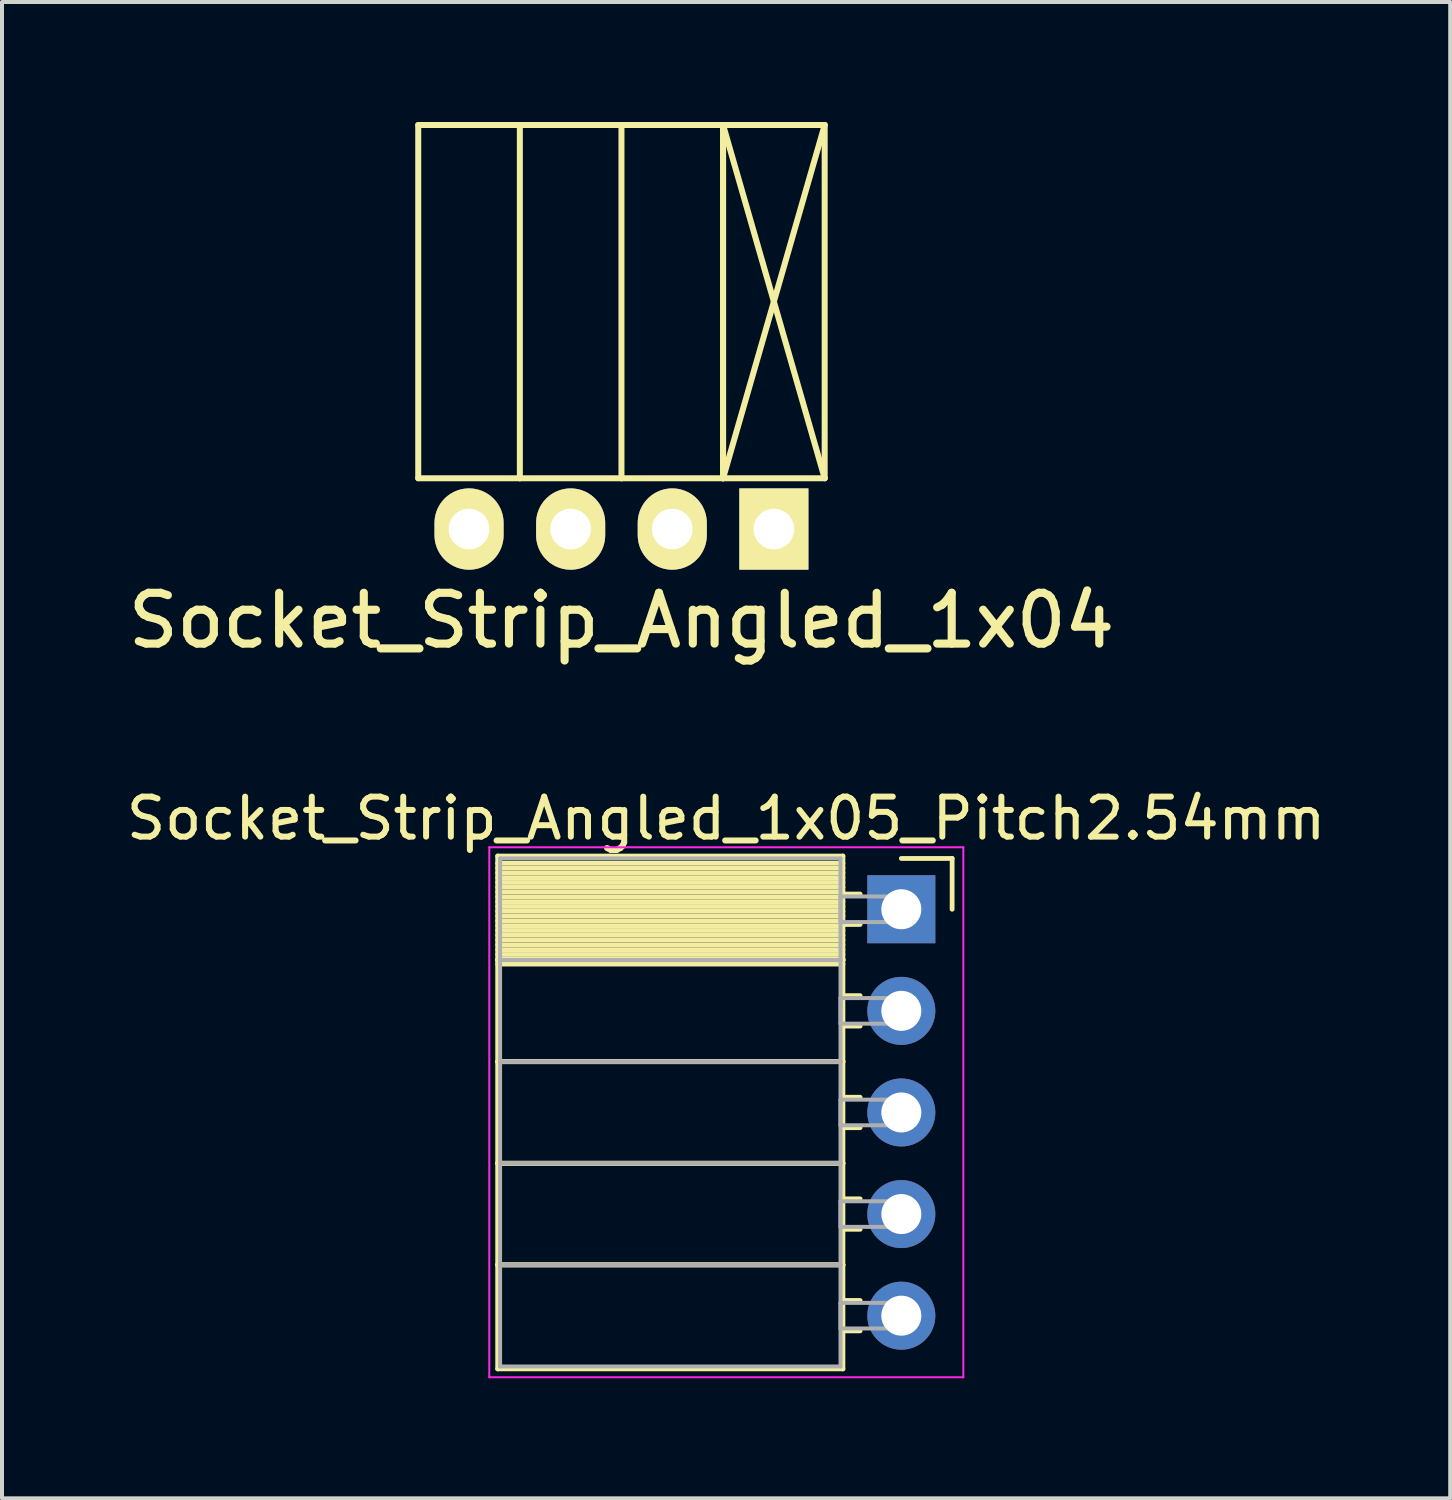
<source format=kicad_pcb>
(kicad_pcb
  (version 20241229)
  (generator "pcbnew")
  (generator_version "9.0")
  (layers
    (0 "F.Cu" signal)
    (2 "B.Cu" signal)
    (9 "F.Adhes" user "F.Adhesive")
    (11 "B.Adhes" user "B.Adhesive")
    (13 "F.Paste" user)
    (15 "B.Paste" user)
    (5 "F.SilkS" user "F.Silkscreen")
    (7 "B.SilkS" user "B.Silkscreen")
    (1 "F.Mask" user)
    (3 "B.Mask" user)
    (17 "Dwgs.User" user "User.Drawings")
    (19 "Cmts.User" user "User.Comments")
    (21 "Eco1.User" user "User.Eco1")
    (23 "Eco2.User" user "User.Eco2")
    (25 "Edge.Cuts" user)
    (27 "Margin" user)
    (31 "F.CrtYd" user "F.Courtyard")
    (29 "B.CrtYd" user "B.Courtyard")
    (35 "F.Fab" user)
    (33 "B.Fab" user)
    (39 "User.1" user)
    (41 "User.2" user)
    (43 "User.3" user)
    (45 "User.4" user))
  (footprint "Socket_Strip_Angled_1x05_Pitch2.54mm"
    (layer "F.Cu")
    (at 19.481 19.679)
    (property "Reference" "Socket_Strip_Angled_1x05_Pitch2.54mm" (at -4.38 -2.27 0) (layer "F.SilkS") (effects (font (size 1 1) (thickness 0.15))))
    (attr through_hole)
    (fp_line (start -10.09 -1.33) (end -1.46 -1.33) (stroke (width 0.12) (type solid)) (layer "F.SilkS"))
    (fp_line (start -10.09 1.27) (end -10.09 -1.33) (stroke (width 0.12) (type solid)) (layer "F.SilkS"))
    (fp_line (start -10.09 1.27) (end -1.46 1.27) (stroke (width 0.12) (type solid)) (layer "F.SilkS"))
    (fp_line (start -10.09 3.81) (end -10.09 1.27) (stroke (width 0.12) (type solid)) (layer "F.SilkS"))
    (fp_line (start -10.09 3.81) (end -1.46 3.81) (stroke (width 0.12) (type solid)) (layer "F.SilkS"))
    (fp_line (start -10.09 6.35) (end -10.09 3.81) (stroke (width 0.12) (type solid)) (layer "F.SilkS"))
    (fp_line (start -10.09 6.35) (end -1.46 6.35) (stroke (width 0.12) (type solid)) (layer "F.SilkS"))
    (fp_line (start -10.09 8.89) (end -10.09 6.35) (stroke (width 0.12) (type solid)) (layer "F.SilkS"))
    (fp_line (start -10.09 8.89) (end -1.46 8.89) (stroke (width 0.12) (type solid)) (layer "F.SilkS"))
    (fp_line (start -10.09 11.49) (end -10.09 8.89) (stroke (width 0.12) (type solid)) (layer "F.SilkS"))
    (fp_line (start -1.46 -1.33) (end -1.46 1.27) (stroke (width 0.12) (type solid)) (layer "F.SilkS"))
    (fp_line (start -1.46 -1.15) (end -10.09 -1.15) (stroke (width 0.12) (type solid)) (layer "F.SilkS"))
    (fp_line (start -1.46 -1.03) (end -10.09 -1.03) (stroke (width 0.12) (type solid)) (layer "F.SilkS"))
    (fp_line (start -1.46 -0.91) (end -10.09 -0.91) (stroke (width 0.12) (type solid)) (layer "F.SilkS"))
    (fp_line (start -1.46 -0.79) (end -10.09 -0.79) (stroke (width 0.12) (type solid)) (layer "F.SilkS"))
    (fp_line (start -1.46 -0.67) (end -10.09 -0.67) (stroke (width 0.12) (type solid)) (layer "F.SilkS"))
    (fp_line (start -1.46 -0.55) (end -10.09 -0.55) (stroke (width 0.12) (type solid)) (layer "F.SilkS"))
    (fp_line (start -1.46 -0.43) (end -10.09 -0.43) (stroke (width 0.12) (type solid)) (layer "F.SilkS"))
    (fp_line (start -1.46 -0.31) (end -10.09 -0.31) (stroke (width 0.12) (type solid)) (layer "F.SilkS"))
    (fp_line (start -1.46 -0.19) (end -10.09 -0.19) (stroke (width 0.12) (type solid)) (layer "F.SilkS"))
    (fp_line (start -1.46 -0.07) (end -10.09 -0.07) (stroke (width 0.12) (type solid)) (layer "F.SilkS"))
    (fp_line (start -1.46 0.05) (end -10.09 0.05) (stroke (width 0.12) (type solid)) (layer "F.SilkS"))
    (fp_line (start -1.46 0.17) (end -10.09 0.17) (stroke (width 0.12) (type solid)) (layer "F.SilkS"))
    (fp_line (start -1.46 0.29) (end -10.09 0.29) (stroke (width 0.12) (type solid)) (layer "F.SilkS"))
    (fp_line (start -1.46 0.41) (end -10.09 0.41) (stroke (width 0.12) (type solid)) (layer "F.SilkS"))
    (fp_line (start -1.46 0.53) (end -10.09 0.53) (stroke (width 0.12) (type solid)) (layer "F.SilkS"))
    (fp_line (start -1.46 0.65) (end -10.09 0.65) (stroke (width 0.12) (type solid)) (layer "F.SilkS"))
    (fp_line (start -1.46 0.77) (end -10.09 0.77) (stroke (width 0.12) (type solid)) (layer "F.SilkS"))
    (fp_line (start -1.46 0.89) (end -10.09 0.89) (stroke (width 0.12) (type solid)) (layer "F.SilkS"))
    (fp_line (start -1.46 1.01) (end -10.09 1.01) (stroke (width 0.12) (type solid)) (layer "F.SilkS"))
    (fp_line (start -1.46 1.13) (end -10.09 1.13) (stroke (width 0.12) (type solid)) (layer "F.SilkS"))
    (fp_line (start -1.46 1.25) (end -10.09 1.25) (stroke (width 0.12) (type solid)) (layer "F.SilkS"))
    (fp_line (start -1.46 1.27) (end -10.09 1.27) (stroke (width 0.12) (type solid)) (layer "F.SilkS"))
    (fp_line (start -1.46 1.27) (end -1.46 3.81) (stroke (width 0.12) (type solid)) (layer "F.SilkS"))
    (fp_line (start -1.46 1.37) (end -10.09 1.37) (stroke (width 0.12) (type solid)) (layer "F.SilkS"))
    (fp_line (start -1.46 3.81) (end -10.09 3.81) (stroke (width 0.12) (type solid)) (layer "F.SilkS"))
    (fp_line (start -1.46 3.81) (end -1.46 6.35) (stroke (width 0.12) (type solid)) (layer "F.SilkS"))
    (fp_line (start -1.46 6.35) (end -10.09 6.35) (stroke (width 0.12) (type solid)) (layer "F.SilkS"))
    (fp_line (start -1.46 6.35) (end -1.46 8.89) (stroke (width 0.12) (type solid)) (layer "F.SilkS"))
    (fp_line (start -1.46 8.89) (end -10.09 8.89) (stroke (width 0.12) (type solid)) (layer "F.SilkS"))
    (fp_line (start -1.46 8.89) (end -1.46 11.49) (stroke (width 0.12) (type solid)) (layer "F.SilkS"))
    (fp_line (start -1.46 11.49) (end -10.09 11.49) (stroke (width 0.12) (type solid)) (layer "F.SilkS"))
    (fp_line (start -1.03 -0.38) (end -1.46 -0.38) (stroke (width 0.12) (type solid)) (layer "F.SilkS"))
    (fp_line (start -1.03 0.38) (end -1.46 0.38) (stroke (width 0.12) (type solid)) (layer "F.SilkS"))
    (fp_line (start -1.03 2.16) (end -1.46 2.16) (stroke (width 0.12) (type solid)) (layer "F.SilkS"))
    (fp_line (start -1.03 2.92) (end -1.46 2.92) (stroke (width 0.12) (type solid)) (layer "F.SilkS"))
    (fp_line (start -1.03 4.7) (end -1.46 4.7) (stroke (width 0.12) (type solid)) (layer "F.SilkS"))
    (fp_line (start -1.03 5.46) (end -1.46 5.46) (stroke (width 0.12) (type solid)) (layer "F.SilkS"))
    (fp_line (start -1.03 7.24) (end -1.46 7.24) (stroke (width 0.12) (type solid)) (layer "F.SilkS"))
    (fp_line (start -1.03 8) (end -1.46 8) (stroke (width 0.12) (type solid)) (layer "F.SilkS"))
    (fp_line (start -1.03 9.78) (end -1.46 9.78) (stroke (width 0.12) (type solid)) (layer "F.SilkS"))
    (fp_line (start -1.03 10.54) (end -1.46 10.54) (stroke (width 0.12) (type solid)) (layer "F.SilkS"))
    (fp_line (start 0 -1.27) (end 1.27 -1.27) (stroke (width 0.12) (type solid)) (layer "F.SilkS"))
    (fp_line (start 1.27 -1.27) (end 1.27 0) (stroke (width 0.12) (type solid)) (layer "F.SilkS"))
    (fp_line (start -10.3 -1.55) (end 1.55 -1.55) (stroke (width 0.05) (type solid)) (layer "F.CrtYd"))
    (fp_line (start -10.3 11.7) (end -10.3 -1.55) (stroke (width 0.05) (type solid)) (layer "F.CrtYd"))
    (fp_line (start 1.55 -1.55) (end 1.55 11.7) (stroke (width 0.05) (type solid)) (layer "F.CrtYd"))
    (fp_line (start 1.55 11.7) (end -10.3 11.7) (stroke (width 0.05) (type solid)) (layer "F.CrtYd"))
    (fp_line (start -10.03 -1.27) (end -1.52 -1.27) (stroke (width 0.1) (type solid)) (layer "F.Fab"))
    (fp_line (start -10.03 1.27) (end -10.03 -1.27) (stroke (width 0.1) (type solid)) (layer "F.Fab"))
    (fp_line (start -10.03 1.27) (end -1.52 1.27) (stroke (width 0.1) (type solid)) (layer "F.Fab"))
    (fp_line (start -10.03 3.81) (end -10.03 1.27) (stroke (width 0.1) (type solid)) (layer "F.Fab"))
    (fp_line (start -10.03 3.81) (end -1.52 3.81) (stroke (width 0.1) (type solid)) (layer "F.Fab"))
    (fp_line (start -10.03 6.35) (end -10.03 3.81) (stroke (width 0.1) (type solid)) (layer "F.Fab"))
    (fp_line (start -10.03 6.35) (end -1.52 6.35) (stroke (width 0.1) (type solid)) (layer "F.Fab"))
    (fp_line (start -10.03 8.89) (end -10.03 6.35) (stroke (width 0.1) (type solid)) (layer "F.Fab"))
    (fp_line (start -10.03 8.89) (end -1.52 8.89) (stroke (width 0.1) (type solid)) (layer "F.Fab"))
    (fp_line (start -10.03 11.43) (end -10.03 8.89) (stroke (width 0.1) (type solid)) (layer "F.Fab"))
    (fp_line (start -1.52 -1.27) (end -1.52 1.27) (stroke (width 0.1) (type solid)) (layer "F.Fab"))
    (fp_line (start -1.52 -0.32) (end 0 -0.32) (stroke (width 0.1) (type solid)) (layer "F.Fab"))
    (fp_line (start -1.52 0.32) (end -1.52 -0.32) (stroke (width 0.1) (type solid)) (layer "F.Fab"))
    (fp_line (start -1.52 1.27) (end -10.03 1.27) (stroke (width 0.1) (type solid)) (layer "F.Fab"))
    (fp_line (start -1.52 1.27) (end -1.52 3.81) (stroke (width 0.1) (type solid)) (layer "F.Fab"))
    (fp_line (start -1.52 2.22) (end 0 2.22) (stroke (width 0.1) (type solid)) (layer "F.Fab"))
    (fp_line (start -1.52 2.86) (end -1.52 2.22) (stroke (width 0.1) (type solid)) (layer "F.Fab"))
    (fp_line (start -1.52 3.81) (end -10.03 3.81) (stroke (width 0.1) (type solid)) (layer "F.Fab"))
    (fp_line (start -1.52 3.81) (end -1.52 6.35) (stroke (width 0.1) (type solid)) (layer "F.Fab"))
    (fp_line (start -1.52 4.76) (end 0 4.76) (stroke (width 0.1) (type solid)) (layer "F.Fab"))
    (fp_line (start -1.52 5.4) (end -1.52 4.76) (stroke (width 0.1) (type solid)) (layer "F.Fab"))
    (fp_line (start -1.52 6.35) (end -10.03 6.35) (stroke (width 0.1) (type solid)) (layer "F.Fab"))
    (fp_line (start -1.52 6.35) (end -1.52 8.89) (stroke (width 0.1) (type solid)) (layer "F.Fab"))
    (fp_line (start -1.52 7.3) (end 0 7.3) (stroke (width 0.1) (type solid)) (layer "F.Fab"))
    (fp_line (start -1.52 7.94) (end -1.52 7.3) (stroke (width 0.1) (type solid)) (layer "F.Fab"))
    (fp_line (start -1.52 8.89) (end -10.03 8.89) (stroke (width 0.1) (type solid)) (layer "F.Fab"))
    (fp_line (start -1.52 8.89) (end -1.52 11.43) (stroke (width 0.1) (type solid)) (layer "F.Fab"))
    (fp_line (start -1.52 9.84) (end 0 9.84) (stroke (width 0.1) (type solid)) (layer "F.Fab"))
    (fp_line (start -1.52 10.48) (end -1.52 9.84) (stroke (width 0.1) (type solid)) (layer "F.Fab"))
    (fp_line (start -1.52 11.43) (end -10.03 11.43) (stroke (width 0.1) (type solid)) (layer "F.Fab"))
    (fp_line (start 0 -0.32) (end 0 0.32) (stroke (width 0.1) (type solid)) (layer "F.Fab"))
    (fp_line (start 0 0.32) (end -1.52 0.32) (stroke (width 0.1) (type solid)) (layer "F.Fab"))
    (fp_line (start 0 2.22) (end 0 2.86) (stroke (width 0.1) (type solid)) (layer "F.Fab"))
    (fp_line (start 0 2.86) (end -1.52 2.86) (stroke (width 0.1) (type solid)) (layer "F.Fab"))
    (fp_line (start 0 4.76) (end 0 5.4) (stroke (width 0.1) (type solid)) (layer "F.Fab"))
    (fp_line (start 0 5.4) (end -1.52 5.4) (stroke (width 0.1) (type solid)) (layer "F.Fab"))
    (fp_line (start 0 7.3) (end 0 7.94) (stroke (width 0.1) (type solid)) (layer "F.Fab"))
    (fp_line (start 0 7.94) (end -1.52 7.94) (stroke (width 0.1) (type solid)) (layer "F.Fab"))
    (fp_line (start 0 9.84) (end 0 10.48) (stroke (width 0.1) (type solid)) (layer "F.Fab"))
    (fp_line (start 0 10.48) (end -1.52 10.48) (stroke (width 0.1) (type solid)) (layer "F.Fab"))
    (pad "1" thru_hole rect (at 0 0) (size 1.7 1.7) (drill 1) (layers "*.Cu" "*.Mask"))
    (pad "2" thru_hole oval (at 0 2.54) (size 1.7 1.7) (drill 1) (layers "*.Cu" "*.Mask"))
    (pad "3" thru_hole oval (at 0 5.08) (size 1.7 1.7) (drill 1) (layers "*.Cu" "*.Mask"))
    (pad "4" thru_hole oval (at 0 7.62) (size 1.7 1.7) (drill 1) (layers "*.Cu" "*.Mask"))
    (pad "5" thru_hole oval (at 0 10.16) (size 1.7 1.7) (drill 1) (layers "*.Cu" "*.Mask")))
  (footprint "Socket_Strip_Angled_1x04"
    (layer "F.Cu")
    (at 12.485 10.175)
    (property "Reference" "Socket_Strip_Angled_1x04" (at 0 2.286 0) (layer "F.SilkS") (effects (font (size 1.27 1.27) (thickness 0.203))))
    (attr through_hole)
    (fp_line (start -5.08 -10.1) (end -5.08 -1.27) (stroke (width 0.15) (type solid)) (layer "F.SilkS"))
    (fp_line (start -2.54 -10.1) (end -5.08 -10.1) (stroke (width 0.15) (type solid)) (layer "F.SilkS"))
    (fp_line (start -2.54 -10.1) (end -2.54 -1.27) (stroke (width 0.15) (type solid)) (layer "F.SilkS"))
    (fp_line (start -2.54 -1.27) (end -5.08 -1.27) (stroke (width 0.15) (type solid)) (layer "F.SilkS"))
    (fp_line (start 0 -10.1) (end -2.54 -10.1) (stroke (width 0.15) (type solid)) (layer "F.SilkS"))
    (fp_line (start 0 -10.1) (end 0 -1.27) (stroke (width 0.15) (type solid)) (layer "F.SilkS"))
    (fp_line (start 0 -1.27) (end -2.54 -1.27) (stroke (width 0.15) (type solid)) (layer "F.SilkS"))
    (fp_line (start 2.54 -10.1) (end 0 -10.1) (stroke (width 0.15) (type solid)) (layer "F.SilkS"))
    (fp_line (start 2.54 -10.1) (end 2.54 -1.27) (stroke (width 0.15) (type solid)) (layer "F.SilkS"))
    (fp_line (start 2.54 -1.27) (end 0 -1.27) (stroke (width 0.15) (type solid)) (layer "F.SilkS"))
    (fp_line (start 2.54 -1.27) (end 2.54 -10.1) (stroke (width 0.15) (type solid)) (layer "F.SilkS"))
    (fp_line (start 5.08 -10.1) (end 2.54 -10.1) (stroke (width 0.15) (type solid)) (layer "F.SilkS"))
    (fp_line (start 5.08 -10.1) (end 2.54 -1.27) (stroke (width 0.15) (type solid)) (layer "F.SilkS"))
    (fp_line (start 5.08 -1.27) (end 2.54 -10.1) (stroke (width 0.15) (type solid)) (layer "F.SilkS"))
    (fp_line (start 5.08 -1.27) (end 2.54 -1.27) (stroke (width 0.15) (type solid)) (layer "F.SilkS"))
    (fp_line (start 5.08 -1.27) (end 5.08 -10.1) (stroke (width 0.15) (type solid)) (layer "F.SilkS"))
    (pad "1" thru_hole rect (at 3.81 0 180) (size 1.727 2.032) (drill 1.016) (layers "*.Cu" "*.Mask" "F.SilkS"))
    (pad "2" thru_hole oval (at 1.27 0 180) (size 1.727 2.032) (drill 1.016) (layers "*.Cu" "*.Mask" "F.SilkS"))
    (pad "3" thru_hole oval (at -1.27 0 180) (size 1.727 2.032) (drill 1.016) (layers "*.Cu" "*.Mask" "F.SilkS"))
    (pad "4" thru_hole oval (at -3.81 0 180) (size 1.727 2.032) (drill 1.016) (layers "*.Cu" "*.Mask" "F.SilkS")))
  (gr_rect
    (start -3 -3)
    (end 33.202 34.404)
    (stroke (width 0.1) (type default))
    (fill no)
    (layer "Edge.Cuts")))
</source>
